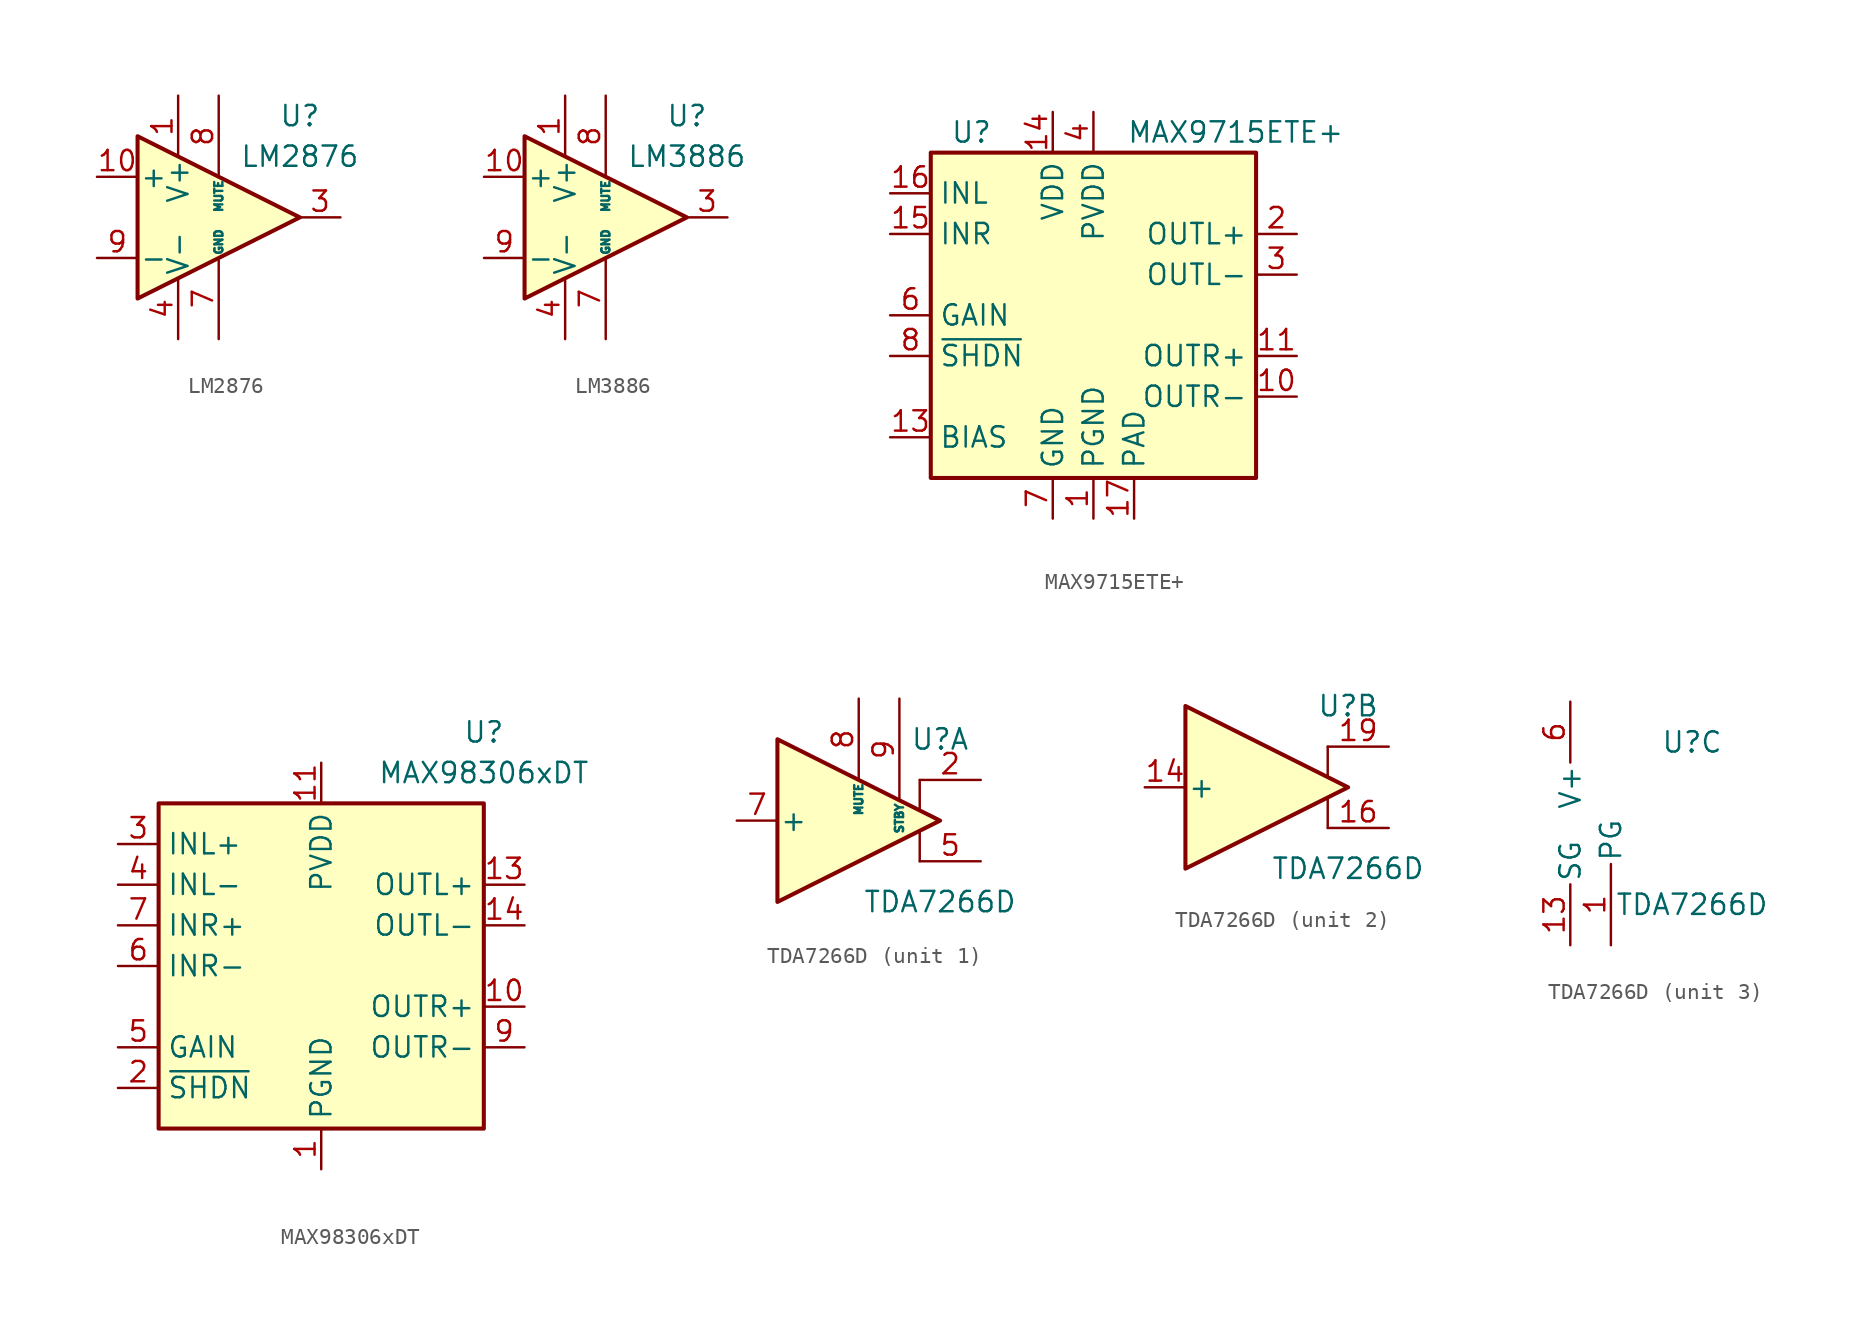
<source format=kicad_sym>
(kicad_symbol_lib
  (version 20220914)
  (generator kicad_symbol_editor)
  (symbol "LM2876"
    (pin_names
      (offset 0.127))
    (property "Reference" "U"
      (at 5.08 6.35 0)
      (effects (font (size 1.27 1.27))))
    (property "Value" "LM2876"
      (at 5.08 3.81 0)
      (effects (font (size 1.27 1.27))))
    (symbol "LM2876_0_1"
      (polyline (pts (xy -5.08 5.08) (xy 5.08 0) (xy -5.08 -5.08) (xy -5.08 5.08)) (stroke (width 0.254) (type default)) (fill (type background))))
    (symbol "LM2876_1_1"
      (pin power_in line (at -2.54 7.62 270) (length 3.81) (name "V+" (effects (font (size 1.27 1.27)))) (number "1" (effects (font (size 1.27 1.27)))))
      (pin input line (at -7.62 2.54 0) (length 2.54) (name "+" (effects (font (size 1.27 1.27)))) (number "10" (effects (font (size 1.27 1.27)))))
      (pin no_connect line (at 2.54 2.54 270) (length 2.54) hide (name "NC" (effects (font (size 1.27 1.27)))) (number "11" (effects (font (size 1.27 1.27)))))
      (pin no_connect line (at -2.54 2.54 270) (length 2.54) hide (name "NC" (effects (font (size 1.27 1.27)))) (number "2" (effects (font (size 1.27 1.27)))))
      (pin output line (at 7.62 0 180) (length 2.54) (name "~" (effects (font (size 1.27 1.27)))) (number "3" (effects (font (size 1.27 1.27)))))
      (pin power_in line (at -2.54 -7.62 90) (length 3.81) (name "V-" (effects (font (size 1.27 1.27)))) (number "4" (effects (font (size 1.27 1.27)))))
      (pin no_connect line (at -2.54 -2.54 270) (length 3.81) hide (name "NC" (effects (font (size 1.27 1.27)))) (number "5" (effects (font (size 1.27 1.27)))))
      (pin no_connect line (at 0 2.54 270) (length 2.54) hide (name "NC" (effects (font (size 1.27 1.27)))) (number "6" (effects (font (size 1.27 1.27)))))
      (pin power_in line (at 0 -7.62 90) (length 5.08) (name "GND" (effects (font (size 0.508 0.508)))) (number "7" (effects (font (size 1.27 1.27)))))
      (pin input line (at 0 7.62 270) (length 5.08) (name "MUTE" (effects (font (size 0.508 0.508)))) (number "8" (effects (font (size 1.27 1.27)))))
      (pin input line (at -7.62 -2.54 0) (length 2.54) (name "-" (effects (font (size 1.27 1.27)))) (number "9" (effects (font (size 1.27 1.27)))))))
  (symbol "LM3886"
    (pin_names
      (offset 0.127))
    (property "Reference" "U"
      (at 5.08 6.35 0)
      (effects (font (size 1.27 1.27))))
    (property "Value" "LM3886"
      (at 5.08 3.81 0)
      (effects (font (size 1.27 1.27))))
    (symbol "LM3886_0_1"
      (polyline (pts (xy -5.08 5.08) (xy 5.08 0) (xy -5.08 -5.08) (xy -5.08 5.08)) (stroke (width 0.254) (type default)) (fill (type background))))
    (symbol "LM3886_1_1"
      (pin power_in line (at -2.54 7.62 270) (length 3.81) (name "V+" (effects (font (size 1.27 1.27)))) (number "1" (effects (font (size 1.27 1.27)))))
      (pin input line (at -7.62 2.54 0) (length 2.54) (name "+" (effects (font (size 1.27 1.27)))) (number "10" (effects (font (size 1.27 1.27)))))
      (pin no_connect line (at 2.54 2.54 270) (length 2.54) hide (name "NC" (effects (font (size 1.27 1.27)))) (number "11" (effects (font (size 1.27 1.27)))))
      (pin no_connect line (at -2.54 2.54 270) (length 2.54) hide (name "NC" (effects (font (size 1.27 1.27)))) (number "2" (effects (font (size 1.27 1.27)))))
      (pin output line (at 7.62 0 180) (length 2.54) (name "~" (effects (font (size 1.27 1.27)))) (number "3" (effects (font (size 1.27 1.27)))))
      (pin power_in line (at -2.54 -7.62 90) (length 3.81) (name "V-" (effects (font (size 1.27 1.27)))) (number "4" (effects (font (size 1.27 1.27)))))
      (pin passive line (at -2.54 7.62 270) (length 3.81) hide (name "V+" (effects (font (size 1.27 1.27)))) (number "5" (effects (font (size 1.27 1.27)))))
      (pin no_connect line (at 0 2.54 270) (length 2.54) hide (name "NC" (effects (font (size 1.27 1.27)))) (number "6" (effects (font (size 1.27 1.27)))))
      (pin power_in line (at 0 -7.62 90) (length 5.08) (name "GND" (effects (font (size 0.508 0.508)))) (number "7" (effects (font (size 1.27 1.27)))))
      (pin input line (at 0 7.62 270) (length 5.08) (name "MUTE" (effects (font (size 0.508 0.508)))) (number "8" (effects (font (size 1.27 1.27)))))
      (pin input line (at -7.62 -2.54 0) (length 2.54) (name "-" (effects (font (size 1.27 1.27)))) (number "9" (effects (font (size 1.27 1.27)))))))
  (symbol "MAX9715ETE+"
    (property "Reference" "U"
      (at -7.62 11.43 0)
      (effects (font (size 1.27 1.27))))
    (property "Value" "MAX9715ETE+"
      (at 8.89 11.43 0)
      (effects (font (size 1.27 1.27))))
    (symbol "MAX9715ETE+_0_1"
      (rectangle (start -10.16 10.16) (end 10.16 -10.16) (stroke (width 0.254) (type default)) (fill (type background))))
    (symbol "MAX9715ETE+_1_1"
      (pin power_in line (at 0 -12.7 90) (length 2.54) (name "PGND" (effects (font (size 1.27 1.27)))) (number "1" (effects (font (size 1.27 1.27)))))
      (pin output line (at 12.7 -5.08 180) (length 2.54) (name "OUTR-" (effects (font (size 1.27 1.27)))) (number "10" (effects (font (size 1.27 1.27)))))
      (pin output line (at 12.7 -2.54 180) (length 2.54) (name "OUTR+" (effects (font (size 1.27 1.27)))) (number "11" (effects (font (size 1.27 1.27)))))
      (pin passive line (at 0 -12.7 90) (length 2.54) hide (name "PGND" (effects (font (size 1.27 1.27)))) (number "12" (effects (font (size 1.27 1.27)))))
      (pin passive line (at -12.7 -7.62 0) (length 2.54) (name "BIAS" (effects (font (size 1.27 1.27)))) (number "13" (effects (font (size 1.27 1.27)))))
      (pin power_in line (at -2.54 12.7 270) (length 2.54) (name "VDD" (effects (font (size 1.27 1.27)))) (number "14" (effects (font (size 1.27 1.27)))))
      (pin input line (at -12.7 5.08 0) (length 2.54) (name "INR" (effects (font (size 1.27 1.27)))) (number "15" (effects (font (size 1.27 1.27)))))
      (pin input line (at -12.7 7.62 0) (length 2.54) (name "INL" (effects (font (size 1.27 1.27)))) (number "16" (effects (font (size 1.27 1.27)))))
      (pin passive line (at 2.54 -12.7 90) (length 2.54) (name "PAD" (effects (font (size 1.27 1.27)))) (number "17" (effects (font (size 1.27 1.27)))))
      (pin output line (at 12.7 5.08 180) (length 2.54) (name "OUTL+" (effects (font (size 1.27 1.27)))) (number "2" (effects (font (size 1.27 1.27)))))
      (pin output line (at 12.7 2.54 180) (length 2.54) (name "OUTL-" (effects (font (size 1.27 1.27)))) (number "3" (effects (font (size 1.27 1.27)))))
      (pin power_in line (at 0 12.7 270) (length 2.54) (name "PVDD" (effects (font (size 1.27 1.27)))) (number "4" (effects (font (size 1.27 1.27)))))
      (pin no_connect line (at 12.7 0 180) (length 2.54) hide (name "NC" (effects (font (size 1.27 1.27)))) (number "5" (effects (font (size 1.27 1.27)))))
      (pin input line (at -12.7 0 0) (length 2.54) (name "GAIN" (effects (font (size 1.27 1.27)))) (number "6" (effects (font (size 1.27 1.27)))))
      (pin power_in line (at -2.54 -12.7 90) (length 2.54) (name "GND" (effects (font (size 1.27 1.27)))) (number "7" (effects (font (size 1.27 1.27)))))
      (pin input line (at -12.7 -2.54 0) (length 2.54) (name "~{SHDN}" (effects (font (size 1.27 1.27)))) (number "8" (effects (font (size 1.27 1.27)))))
      (pin passive line (at 0 12.7 270) (length 2.54) hide (name "PVDD" (effects (font (size 1.27 1.27)))) (number "9" (effects (font (size 1.27 1.27)))))))
  (symbol "MAX98306xDT"
    (property "Reference" "U"
      (at 10.16 14.605 0)
      (effects (font (size 1.27 1.27))))
    (property "Value" "MAX98306xDT"
      (at 10.16 12.065 0)
      (effects (font (size 1.27 1.27))))
    (symbol "MAX98306xDT_0_1"
      (rectangle (start -10.16 10.16) (end 10.16 -10.16) (stroke (width 0.254) (type default)) (fill (type background))))
    (symbol "MAX98306xDT_1_1"
      (pin power_in line (at 0 -12.7 90) (length 2.54) (name "PGND" (effects (font (size 1.27 1.27)))) (number "1" (effects (font (size 1.27 1.27)))))
      (pin power_out line (at 12.7 -2.54 180) (length 2.54) (name "OUTR+" (effects (font (size 1.27 1.27)))) (number "10" (effects (font (size 1.27 1.27)))))
      (pin power_in line (at 0 12.7 270) (length 2.54) (name "PVDD" (effects (font (size 1.27 1.27)))) (number "11" (effects (font (size 1.27 1.27)))))
      (pin power_in line (at 0 12.7 270) (length 2.54) hide (name "PVDD" (effects (font (size 1.27 1.27)))) (number "12" (effects (font (size 1.27 1.27)))))
      (pin power_out line (at 12.7 5.08 180) (length 2.54) (name "OUTL+" (effects (font (size 1.27 1.27)))) (number "13" (effects (font (size 1.27 1.27)))))
      (pin power_out line (at 12.7 2.54 180) (length 2.54) (name "OUTL-" (effects (font (size 1.27 1.27)))) (number "14" (effects (font (size 1.27 1.27)))))
      (pin power_in line (at 0 -12.7 90) (length 2.54) hide (name "PGND" (effects (font (size 1.27 1.27)))) (number "15" (effects (font (size 1.27 1.27)))))
      (pin input line (at -12.7 -7.62 0) (length 2.54) (name "~{SHDN}" (effects (font (size 1.27 1.27)))) (number "2" (effects (font (size 1.27 1.27)))))
      (pin input line (at -12.7 7.62 0) (length 2.54) (name "INL+" (effects (font (size 1.27 1.27)))) (number "3" (effects (font (size 1.27 1.27)))))
      (pin input line (at -12.7 5.08 0) (length 2.54) (name "INL-" (effects (font (size 1.27 1.27)))) (number "4" (effects (font (size 1.27 1.27)))))
      (pin input line (at -12.7 -5.08 0) (length 2.54) (name "GAIN" (effects (font (size 1.27 1.27)))) (number "5" (effects (font (size 1.27 1.27)))))
      (pin input line (at -12.7 0 0) (length 2.54) (name "INR-" (effects (font (size 1.27 1.27)))) (number "6" (effects (font (size 1.27 1.27)))))
      (pin input line (at -12.7 2.54 0) (length 2.54) (name "INR+" (effects (font (size 1.27 1.27)))) (number "7" (effects (font (size 1.27 1.27)))))
      (pin power_in line (at 0 -12.7 90) (length 2.54) hide (name "PGND" (effects (font (size 1.27 1.27)))) (number "8" (effects (font (size 1.27 1.27)))))
      (pin power_out line (at 12.7 -5.08 180) (length 2.54) (name "OUTR-" (effects (font (size 1.27 1.27)))) (number "9" (effects (font (size 1.27 1.27)))))))
  (symbol "TDA7266D"
    (pin_names
      (offset 0.127))
    (property "Reference" "U"
      (at 5.08 5.08 0)
      (effects (font (size 1.27 1.27))))
    (property "Value" "TDA7266D"
      (at 5.08 -5.08 0)
      (effects (font (size 1.27 1.27))))
    (property "ki_locked" ""
      (at 0 0 0)
      (effects (font (size 1.27 1.27))))
    (symbol "TDA7266D_1_1"
      (polyline (pts (xy 3.81 -0.635) (xy 3.81 -2.54)) (stroke (width 0) (type default)) (fill (type none)))
      (polyline (pts (xy 3.81 2.54) (xy 3.81 0.635)) (stroke (width 0) (type default)) (fill (type none)))
      (polyline (pts (xy 5.08 0) (xy -5.08 5.08) (xy -5.08 -5.08) (xy 5.08 0)) (stroke (width 0.254) (type default)) (fill (type background)))
      (pin no_connect line (at 2.54 2.54 270) (length 2.54) hide (name "NC" (effects (font (size 1.27 1.27)))) (number "12" (effects (font (size 1.27 1.27)))))
      (pin no_connect line (at -2.54 -2.54 90) (length 2.54) hide (name "NC" (effects (font (size 1.27 1.27)))) (number "17" (effects (font (size 1.27 1.27)))))
      (pin no_connect line (at 0 -2.54 90) (length 2.54) hide (name "NC" (effects (font (size 1.27 1.27)))) (number "18" (effects (font (size 1.27 1.27)))))
      (pin output line (at 7.62 2.54 180) (length 3.81) (name "~" (effects (font (size 1.27 1.27)))) (number "2" (effects (font (size 1.27 1.27)))))
      (pin no_connect line (at -2.54 2.54 270) (length 2.54) hide (name "NC" (effects (font (size 1.27 1.27)))) (number "3" (effects (font (size 1.27 1.27)))))
      (pin no_connect line (at 0 2.54 270) (length 2.54) hide (name "NC" (effects (font (size 1.27 1.27)))) (number "4" (effects (font (size 1.27 1.27)))))
      (pin output line (at 7.62 -2.54 180) (length 3.81) (name "~" (effects (font (size 1.27 1.27)))) (number "5" (effects (font (size 1.27 1.27)))))
      (pin input line (at -7.62 0 0) (length 2.54) (name "+" (effects (font (size 1.27 1.27)))) (number "7" (effects (font (size 1.27 1.27)))))
      (pin input line (at 0 7.62 270) (length 5.08) (name "MUTE" (effects (font (size 0.508 0.508)))) (number "8" (effects (font (size 1.27 1.27)))))
      (pin input line (at 2.54 7.62 270) (length 6.35) (name "STBY" (effects (font (size 0.508 0.508)))) (number "9" (effects (font (size 1.27 1.27))))))
    (symbol "TDA7266D_2_1"
      (polyline (pts (xy 3.81 -0.635) (xy 3.81 -2.54)) (stroke (width 0) (type default)) (fill (type none)))
      (polyline (pts (xy 3.81 2.54) (xy 3.81 0.635)) (stroke (width 0) (type default)) (fill (type none)))
      (polyline (pts (xy 5.08 0) (xy -5.08 5.08) (xy -5.08 -5.08) (xy 5.08 0)) (stroke (width 0.254) (type default)) (fill (type background)))
      (pin input line (at -7.62 0 0) (length 2.54) (name "+" (effects (font (size 1.27 1.27)))) (number "14" (effects (font (size 1.27 1.27)))))
      (pin output line (at 7.62 -2.54 180) (length 3.81) (name "~" (effects (font (size 1.27 1.27)))) (number "16" (effects (font (size 1.27 1.27)))))
      (pin output line (at 7.62 2.54 180) (length 3.81) (name "~" (effects (font (size 1.27 1.27)))) (number "19" (effects (font (size 1.27 1.27))))))
    (symbol "TDA7266D_3_1"
      (pin power_in line (at 0 -7.62 90) (length 5.08) (name "PG" (effects (font (size 1.27 1.27)))) (number "1" (effects (font (size 1.27 1.27)))))
      (pin passive line (at 0 -7.62 90) (length 5.08) hide (name "PG" (effects (font (size 1.27 1.27)))) (number "10" (effects (font (size 1.27 1.27)))))
      (pin passive line (at 0 -7.62 90) (length 5.08) hide (name "PG" (effects (font (size 1.27 1.27)))) (number "11" (effects (font (size 1.27 1.27)))))
      (pin power_in line (at -2.54 -7.62 90) (length 3.81) (name "SG" (effects (font (size 1.27 1.27)))) (number "13" (effects (font (size 1.27 1.27)))))
      (pin passive line (at -2.54 7.62 270) (length 3.81) hide (name "V+" (effects (font (size 1.27 1.27)))) (number "15" (effects (font (size 1.27 1.27)))))
      (pin passive line (at 0 -7.62 90) (length 5.08) hide (name "PG" (effects (font (size 1.27 1.27)))) (number "20" (effects (font (size 1.27 1.27)))))
      (pin power_in line (at -2.54 7.62 270) (length 3.81) (name "V+" (effects (font (size 1.27 1.27)))) (number "6" (effects (font (size 1.27 1.27))))))))
</source>
